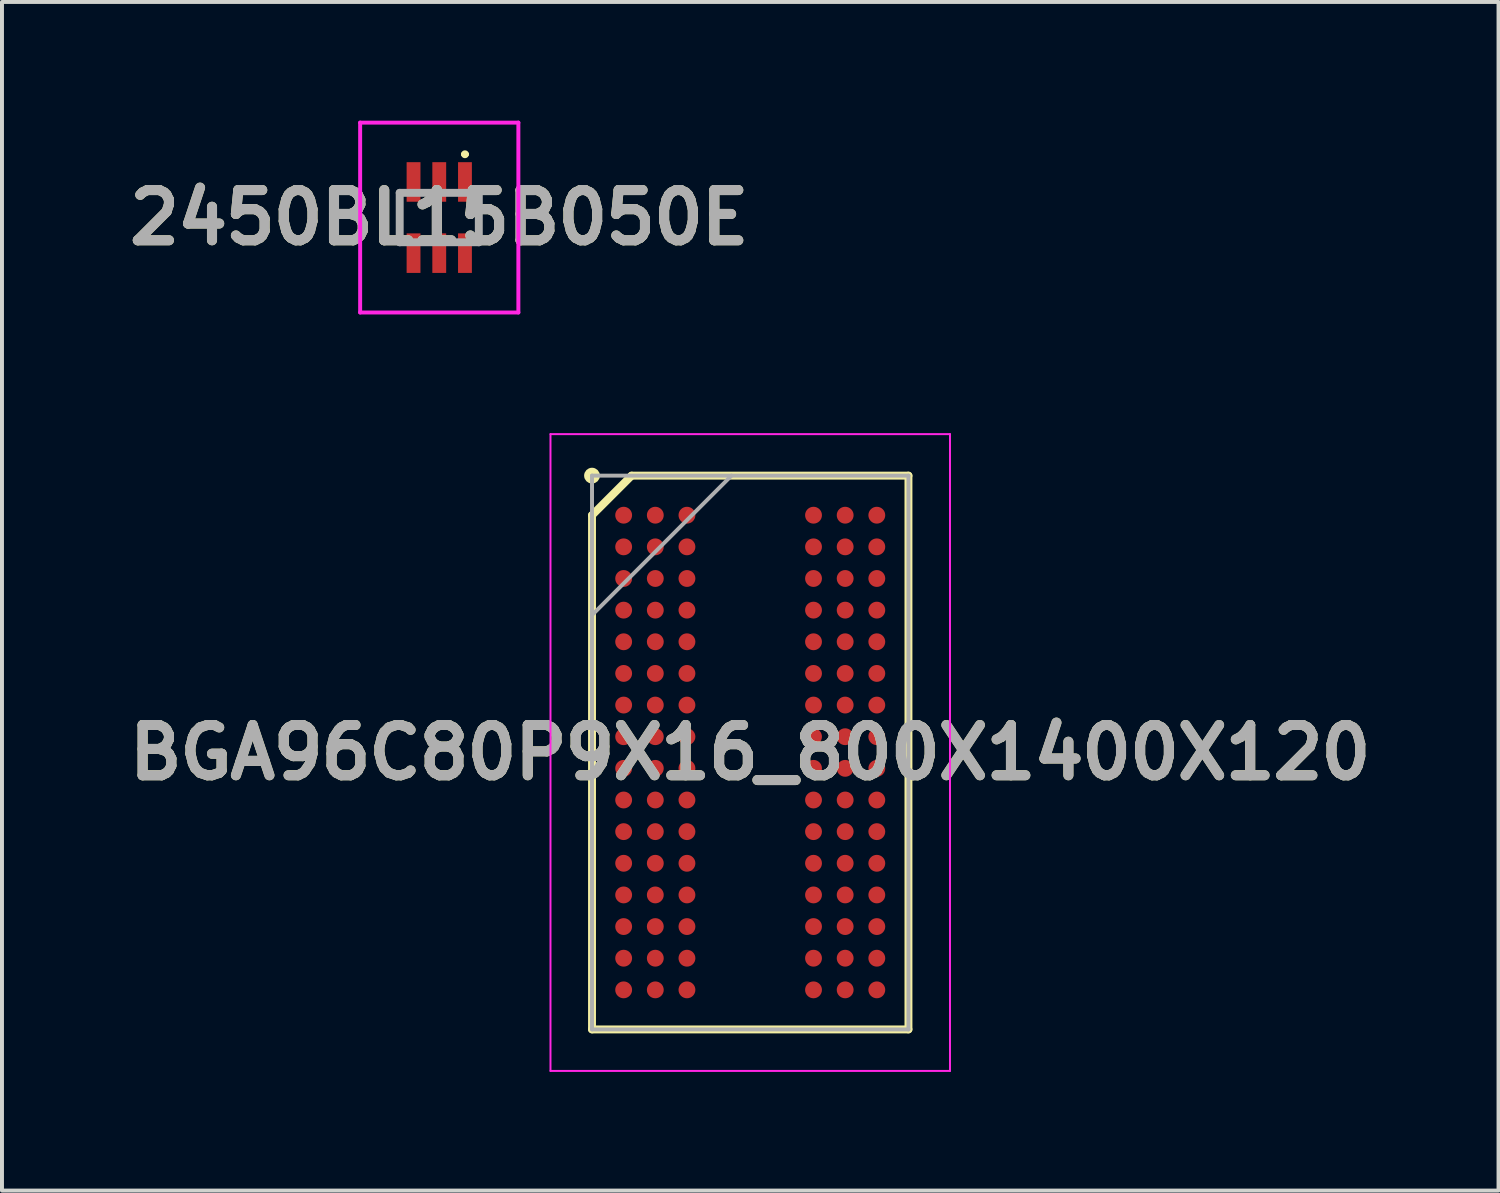
<source format=kicad_pcb>
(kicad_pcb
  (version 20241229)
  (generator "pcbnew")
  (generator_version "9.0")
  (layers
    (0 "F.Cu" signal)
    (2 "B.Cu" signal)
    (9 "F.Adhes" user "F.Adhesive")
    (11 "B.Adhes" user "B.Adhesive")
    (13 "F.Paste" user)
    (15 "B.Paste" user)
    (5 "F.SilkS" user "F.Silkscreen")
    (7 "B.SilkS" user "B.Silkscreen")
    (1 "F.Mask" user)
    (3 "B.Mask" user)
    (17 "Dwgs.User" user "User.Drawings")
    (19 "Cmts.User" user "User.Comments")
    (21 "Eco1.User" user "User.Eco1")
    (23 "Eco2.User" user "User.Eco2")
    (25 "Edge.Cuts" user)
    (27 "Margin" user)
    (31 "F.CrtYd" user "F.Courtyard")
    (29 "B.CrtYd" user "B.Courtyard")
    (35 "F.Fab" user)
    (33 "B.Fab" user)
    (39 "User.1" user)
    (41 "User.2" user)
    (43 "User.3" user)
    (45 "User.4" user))
  (footprint "BGA96C80P9X16_800X1400X120"
    (layer "F.Cu")
    (at 15.917 15.975)
    (property "Reference" "BGA96C80P9X16_800X1400X120" (at 0 0 0) (layer "F.SilkS") (effects (font (size 1.27 1.27) (thickness 0.254))))
    (attr smd)
    (fp_line (start -4 -6) (end -3 -7) (stroke (width 0.2) (type solid)) (layer "F.SilkS"))
    (fp_line (start -4 7) (end -4 -6) (stroke (width 0.2) (type solid)) (layer "F.SilkS"))
    (fp_line (start -3 -7) (end 4 -7) (stroke (width 0.2) (type solid)) (layer "F.SilkS"))
    (fp_line (start 4 -7) (end 4 7) (stroke (width 0.2) (type solid)) (layer "F.SilkS"))
    (fp_line (start 4 7) (end -4 7) (stroke (width 0.2) (type solid)) (layer "F.SilkS"))
    (fp_circle (center -4 -7) (end -4 -6.9) (stroke (width 0.2) (type solid)) (fill no) (layer "F.SilkS"))
    (fp_line (start -5.05 -8.05) (end 5.05 -8.05) (stroke (width 0.05) (type solid)) (layer "F.CrtYd"))
    (fp_line (start -5.05 8.05) (end -5.05 -8.05) (stroke (width 0.05) (type solid)) (layer "F.CrtYd"))
    (fp_line (start 5.05 -8.05) (end 5.05 8.05) (stroke (width 0.05) (type solid)) (layer "F.CrtYd"))
    (fp_line (start 5.05 8.05) (end -5.05 8.05) (stroke (width 0.05) (type solid)) (layer "F.CrtYd"))
    (fp_line (start -4 -7) (end 4 -7) (stroke (width 0.1) (type solid)) (layer "F.Fab"))
    (fp_line (start -4 -3.475) (end -0.475 -7) (stroke (width 0.1) (type solid)) (layer "F.Fab"))
    (fp_line (start -4 7) (end -4 -7) (stroke (width 0.1) (type solid)) (layer "F.Fab"))
    (fp_line (start 4 -7) (end 4 7) (stroke (width 0.1) (type solid)) (layer "F.Fab"))
    (fp_line (start 4 7) (end -4 7) (stroke (width 0.1) (type solid)) (layer "F.Fab"))
    (fp_text user "${REFERENCE}" (at 0 0 0) (layer "F.Fab") (effects (font (size 1.27 1.27) (thickness 0.254))))
    (pad "A1" smd circle (at -3.2 -6 90) (size 0.426 0.426) (layers "F.Cu" "F.Mask" "F.Paste"))
    (pad "A2" smd circle (at -2.4 -6 90) (size 0.426 0.426) (layers "F.Cu" "F.Mask" "F.Paste"))
    (pad "A3" smd circle (at -1.6 -6 90) (size 0.426 0.426) (layers "F.Cu" "F.Mask" "F.Paste"))
    (pad "A7" smd circle (at 1.6 -6 90) (size 0.426 0.426) (layers "F.Cu" "F.Mask" "F.Paste"))
    (pad "A8" smd circle (at 2.4 -6 90) (size 0.426 0.426) (layers "F.Cu" "F.Mask" "F.Paste"))
    (pad "A9" smd circle (at 3.2 -6 90) (size 0.426 0.426) (layers "F.Cu" "F.Mask" "F.Paste"))
    (pad "B1" smd circle (at -3.2 -5.2 90) (size 0.426 0.426) (layers "F.Cu" "F.Mask" "F.Paste"))
    (pad "B2" smd circle (at -2.4 -5.2 90) (size 0.426 0.426) (layers "F.Cu" "F.Mask" "F.Paste"))
    (pad "B3" smd circle (at -1.6 -5.2 90) (size 0.426 0.426) (layers "F.Cu" "F.Mask" "F.Paste"))
    (pad "B7" smd circle (at 1.6 -5.2 90) (size 0.426 0.426) (layers "F.Cu" "F.Mask" "F.Paste"))
    (pad "B8" smd circle (at 2.4 -5.2 90) (size 0.426 0.426) (layers "F.Cu" "F.Mask" "F.Paste"))
    (pad "B9" smd circle (at 3.2 -5.2 90) (size 0.426 0.426) (layers "F.Cu" "F.Mask" "F.Paste"))
    (pad "C1" smd circle (at -3.2 -4.4 90) (size 0.426 0.426) (layers "F.Cu" "F.Mask" "F.Paste"))
    (pad "C2" smd circle (at -2.4 -4.4 90) (size 0.426 0.426) (layers "F.Cu" "F.Mask" "F.Paste"))
    (pad "C3" smd circle (at -1.6 -4.4 90) (size 0.426 0.426) (layers "F.Cu" "F.Mask" "F.Paste"))
    (pad "C7" smd circle (at 1.6 -4.4 90) (size 0.426 0.426) (layers "F.Cu" "F.Mask" "F.Paste"))
    (pad "C8" smd circle (at 2.4 -4.4 90) (size 0.426 0.426) (layers "F.Cu" "F.Mask" "F.Paste"))
    (pad "C9" smd circle (at 3.2 -4.4 90) (size 0.426 0.426) (layers "F.Cu" "F.Mask" "F.Paste"))
    (pad "D1" smd circle (at -3.2 -3.6 90) (size 0.426 0.426) (layers "F.Cu" "F.Mask" "F.Paste"))
    (pad "D2" smd circle (at -2.4 -3.6 90) (size 0.426 0.426) (layers "F.Cu" "F.Mask" "F.Paste"))
    (pad "D3" smd circle (at -1.6 -3.6 90) (size 0.426 0.426) (layers "F.Cu" "F.Mask" "F.Paste"))
    (pad "D7" smd circle (at 1.6 -3.6 90) (size 0.426 0.426) (layers "F.Cu" "F.Mask" "F.Paste"))
    (pad "D8" smd circle (at 2.4 -3.6 90) (size 0.426 0.426) (layers "F.Cu" "F.Mask" "F.Paste"))
    (pad "D9" smd circle (at 3.2 -3.6 90) (size 0.426 0.426) (layers "F.Cu" "F.Mask" "F.Paste"))
    (pad "E1" smd circle (at -3.2 -2.8 90) (size 0.426 0.426) (layers "F.Cu" "F.Mask" "F.Paste"))
    (pad "E2" smd circle (at -2.4 -2.8 90) (size 0.426 0.426) (layers "F.Cu" "F.Mask" "F.Paste"))
    (pad "E3" smd circle (at -1.6 -2.8 90) (size 0.426 0.426) (layers "F.Cu" "F.Mask" "F.Paste"))
    (pad "E7" smd circle (at 1.6 -2.8 90) (size 0.426 0.426) (layers "F.Cu" "F.Mask" "F.Paste"))
    (pad "E8" smd circle (at 2.4 -2.8 90) (size 0.426 0.426) (layers "F.Cu" "F.Mask" "F.Paste"))
    (pad "E9" smd circle (at 3.2 -2.8 90) (size 0.426 0.426) (layers "F.Cu" "F.Mask" "F.Paste"))
    (pad "F1" smd circle (at -3.2 -2 90) (size 0.426 0.426) (layers "F.Cu" "F.Mask" "F.Paste"))
    (pad "F2" smd circle (at -2.4 -2 90) (size 0.426 0.426) (layers "F.Cu" "F.Mask" "F.Paste"))
    (pad "F3" smd circle (at -1.6 -2 90) (size 0.426 0.426) (layers "F.Cu" "F.Mask" "F.Paste"))
    (pad "F7" smd circle (at 1.6 -2 90) (size 0.426 0.426) (layers "F.Cu" "F.Mask" "F.Paste"))
    (pad "F8" smd circle (at 2.4 -2 90) (size 0.426 0.426) (layers "F.Cu" "F.Mask" "F.Paste"))
    (pad "F9" smd circle (at 3.2 -2 90) (size 0.426 0.426) (layers "F.Cu" "F.Mask" "F.Paste"))
    (pad "G1" smd circle (at -3.2 -1.2 90) (size 0.426 0.426) (layers "F.Cu" "F.Mask" "F.Paste"))
    (pad "G2" smd circle (at -2.4 -1.2 90) (size 0.426 0.426) (layers "F.Cu" "F.Mask" "F.Paste"))
    (pad "G3" smd circle (at -1.6 -1.2 90) (size 0.426 0.426) (layers "F.Cu" "F.Mask" "F.Paste"))
    (pad "G7" smd circle (at 1.6 -1.2 90) (size 0.426 0.426) (layers "F.Cu" "F.Mask" "F.Paste"))
    (pad "G8" smd circle (at 2.4 -1.2 90) (size 0.426 0.426) (layers "F.Cu" "F.Mask" "F.Paste"))
    (pad "G9" smd circle (at 3.2 -1.2 90) (size 0.426 0.426) (layers "F.Cu" "F.Mask" "F.Paste"))
    (pad "H1" smd circle (at -3.2 -0.4 90) (size 0.426 0.426) (layers "F.Cu" "F.Mask" "F.Paste"))
    (pad "H2" smd circle (at -2.4 -0.4 90) (size 0.426 0.426) (layers "F.Cu" "F.Mask" "F.Paste"))
    (pad "H3" smd circle (at -1.6 -0.4 90) (size 0.426 0.426) (layers "F.Cu" "F.Mask" "F.Paste"))
    (pad "H7" smd circle (at 1.6 -0.4 90) (size 0.426 0.426) (layers "F.Cu" "F.Mask" "F.Paste"))
    (pad "H8" smd circle (at 2.4 -0.4 90) (size 0.426 0.426) (layers "F.Cu" "F.Mask" "F.Paste"))
    (pad "H9" smd circle (at 3.2 -0.4 90) (size 0.426 0.426) (layers "F.Cu" "F.Mask" "F.Paste"))
    (pad "J1" smd circle (at -3.2 0.4 90) (size 0.426 0.426) (layers "F.Cu" "F.Mask" "F.Paste"))
    (pad "J2" smd circle (at -2.4 0.4 90) (size 0.426 0.426) (layers "F.Cu" "F.Mask" "F.Paste"))
    (pad "J3" smd circle (at -1.6 0.4 90) (size 0.426 0.426) (layers "F.Cu" "F.Mask" "F.Paste"))
    (pad "J7" smd circle (at 1.6 0.4 90) (size 0.426 0.426) (layers "F.Cu" "F.Mask" "F.Paste"))
    (pad "J8" smd circle (at 2.4 0.4 90) (size 0.426 0.426) (layers "F.Cu" "F.Mask" "F.Paste"))
    (pad "J9" smd circle (at 3.2 0.4 90) (size 0.426 0.426) (layers "F.Cu" "F.Mask" "F.Paste"))
    (pad "K1" smd circle (at -3.2 1.2 90) (size 0.426 0.426) (layers "F.Cu" "F.Mask" "F.Paste"))
    (pad "K2" smd circle (at -2.4 1.2 90) (size 0.426 0.426) (layers "F.Cu" "F.Mask" "F.Paste"))
    (pad "K3" smd circle (at -1.6 1.2 90) (size 0.426 0.426) (layers "F.Cu" "F.Mask" "F.Paste"))
    (pad "K7" smd circle (at 1.6 1.2 90) (size 0.426 0.426) (layers "F.Cu" "F.Mask" "F.Paste"))
    (pad "K8" smd circle (at 2.4 1.2 90) (size 0.426 0.426) (layers "F.Cu" "F.Mask" "F.Paste"))
    (pad "K9" smd circle (at 3.2 1.2 90) (size 0.426 0.426) (layers "F.Cu" "F.Mask" "F.Paste"))
    (pad "L1" smd circle (at -3.2 2 90) (size 0.426 0.426) (layers "F.Cu" "F.Mask" "F.Paste"))
    (pad "L2" smd circle (at -2.4 2 90) (size 0.426 0.426) (layers "F.Cu" "F.Mask" "F.Paste"))
    (pad "L3" smd circle (at -1.6 2 90) (size 0.426 0.426) (layers "F.Cu" "F.Mask" "F.Paste"))
    (pad "L7" smd circle (at 1.6 2 90) (size 0.426 0.426) (layers "F.Cu" "F.Mask" "F.Paste"))
    (pad "L8" smd circle (at 2.4 2 90) (size 0.426 0.426) (layers "F.Cu" "F.Mask" "F.Paste"))
    (pad "L9" smd circle (at 3.2 2 90) (size 0.426 0.426) (layers "F.Cu" "F.Mask" "F.Paste"))
    (pad "M1" smd circle (at -3.2 2.8 90) (size 0.426 0.426) (layers "F.Cu" "F.Mask" "F.Paste"))
    (pad "M2" smd circle (at -2.4 2.8 90) (size 0.426 0.426) (layers "F.Cu" "F.Mask" "F.Paste"))
    (pad "M3" smd circle (at -1.6 2.8 90) (size 0.426 0.426) (layers "F.Cu" "F.Mask" "F.Paste"))
    (pad "M7" smd circle (at 1.6 2.8 90) (size 0.426 0.426) (layers "F.Cu" "F.Mask" "F.Paste"))
    (pad "M8" smd circle (at 2.4 2.8 90) (size 0.426 0.426) (layers "F.Cu" "F.Mask" "F.Paste"))
    (pad "M9" smd circle (at 3.2 2.8 90) (size 0.426 0.426) (layers "F.Cu" "F.Mask" "F.Paste"))
    (pad "N1" smd circle (at -3.2 3.6 90) (size 0.426 0.426) (layers "F.Cu" "F.Mask" "F.Paste"))
    (pad "N2" smd circle (at -2.4 3.6 90) (size 0.426 0.426) (layers "F.Cu" "F.Mask" "F.Paste"))
    (pad "N3" smd circle (at -1.6 3.6 90) (size 0.426 0.426) (layers "F.Cu" "F.Mask" "F.Paste"))
    (pad "N7" smd circle (at 1.6 3.6 90) (size 0.426 0.426) (layers "F.Cu" "F.Mask" "F.Paste"))
    (pad "N8" smd circle (at 2.4 3.6 90) (size 0.426 0.426) (layers "F.Cu" "F.Mask" "F.Paste"))
    (pad "N9" smd circle (at 3.2 3.6 90) (size 0.426 0.426) (layers "F.Cu" "F.Mask" "F.Paste"))
    (pad "P1" smd circle (at -3.2 4.4 90) (size 0.426 0.426) (layers "F.Cu" "F.Mask" "F.Paste"))
    (pad "P2" smd circle (at -2.4 4.4 90) (size 0.426 0.426) (layers "F.Cu" "F.Mask" "F.Paste"))
    (pad "P3" smd circle (at -1.6 4.4 90) (size 0.426 0.426) (layers "F.Cu" "F.Mask" "F.Paste"))
    (pad "P7" smd circle (at 1.6 4.4 90) (size 0.426 0.426) (layers "F.Cu" "F.Mask" "F.Paste"))
    (pad "P8" smd circle (at 2.4 4.4 90) (size 0.426 0.426) (layers "F.Cu" "F.Mask" "F.Paste"))
    (pad "P9" smd circle (at 3.2 4.4 90) (size 0.426 0.426) (layers "F.Cu" "F.Mask" "F.Paste"))
    (pad "R1" smd circle (at -3.2 5.2 90) (size 0.426 0.426) (layers "F.Cu" "F.Mask" "F.Paste"))
    (pad "R2" smd circle (at -2.4 5.2 90) (size 0.426 0.426) (layers "F.Cu" "F.Mask" "F.Paste"))
    (pad "R3" smd circle (at -1.6 5.2 90) (size 0.426 0.426) (layers "F.Cu" "F.Mask" "F.Paste"))
    (pad "R7" smd circle (at 1.6 5.2 90) (size 0.426 0.426) (layers "F.Cu" "F.Mask" "F.Paste"))
    (pad "R8" smd circle (at 2.4 5.2 90) (size 0.426 0.426) (layers "F.Cu" "F.Mask" "F.Paste"))
    (pad "R9" smd circle (at 3.2 5.2 90) (size 0.426 0.426) (layers "F.Cu" "F.Mask" "F.Paste"))
    (pad "T1" smd circle (at -3.2 6 90) (size 0.426 0.426) (layers "F.Cu" "F.Mask" "F.Paste"))
    (pad "T2" smd circle (at -2.4 6 90) (size 0.426 0.426) (layers "F.Cu" "F.Mask" "F.Paste"))
    (pad "T3" smd circle (at -1.6 6 90) (size 0.426 0.426) (layers "F.Cu" "F.Mask" "F.Paste"))
    (pad "T7" smd circle (at 1.6 6 90) (size 0.426 0.426) (layers "F.Cu" "F.Mask" "F.Paste"))
    (pad "T8" smd circle (at 2.4 6 90) (size 0.426 0.426) (layers "F.Cu" "F.Mask" "F.Paste"))
    (pad "T9" smd circle (at 3.2 6 90) (size 0.426 0.426) (layers "F.Cu" "F.Mask" "F.Paste")))
  (footprint "2450BL15B050E"
    (layer "F.Cu")
    (at 8.055 2.45)
    (property "Reference" "2450BL15B050E" (at 0 0 0) (layer "F.SilkS") (effects (font (size 1.27 1.27) (thickness 0.254))))
    (attr smd)
    (fp_line (start -1 -0.625) (end -1 0.625) (stroke (width 0.1) (type solid)) (layer "F.SilkS"))
    (fp_line (start 0.6 -1.6) (end 0.6 -1.6) (stroke (width 0.1) (type solid)) (layer "F.SilkS"))
    (fp_line (start 0.7 -1.6) (end 0.7 -1.6) (stroke (width 0.1) (type solid)) (layer "F.SilkS"))
    (fp_line (start 1 -0.625) (end 1 0.625) (stroke (width 0.1) (type solid)) (layer "F.SilkS"))
    (fp_arc (start 0.6 -1.6) (mid 0.65 -1.65) (end 0.7 -1.6) (stroke (width 0.1) (type solid)) (layer "F.SilkS"))
    (fp_arc (start 0.7 -1.6) (mid 0.65 -1.55) (end 0.6 -1.6) (stroke (width 0.1) (type solid)) (layer "F.SilkS"))
    (fp_line (start -2 -2.4) (end 2 -2.4) (stroke (width 0.1) (type solid)) (layer "F.CrtYd"))
    (fp_line (start -2 2.4) (end -2 -2.4) (stroke (width 0.1) (type solid)) (layer "F.CrtYd"))
    (fp_line (start 2 -2.4) (end 2 2.4) (stroke (width 0.1) (type solid)) (layer "F.CrtYd"))
    (fp_line (start 2 2.4) (end -2 2.4) (stroke (width 0.1) (type solid)) (layer "F.CrtYd"))
    (fp_line (start -1 -0.625) (end 1 -0.625) (stroke (width 0.2) (type solid)) (layer "F.Fab"))
    (fp_line (start -1 0.625) (end -1 -0.625) (stroke (width 0.2) (type solid)) (layer "F.Fab"))
    (fp_line (start 1 -0.625) (end 1 0.625) (stroke (width 0.2) (type solid)) (layer "F.Fab"))
    (fp_line (start 1 0.625) (end -1 0.625) (stroke (width 0.2) (type solid)) (layer "F.Fab"))
    (fp_text user "${REFERENCE}" (at 0 0 0) (layer "F.Fab") (effects (font (size 1.27 1.27) (thickness 0.254))))
    (pad "1" smd rect (at 0.65 -0.9) (size 0.35 1) (layers "F.Cu" "F.Mask" "F.Paste"))
    (pad "2" smd rect (at 0 -0.9) (size 0.35 1) (layers "F.Cu" "F.Mask" "F.Paste"))
    (pad "3" smd rect (at -0.65 -0.9) (size 0.35 1) (layers "F.Cu" "F.Mask" "F.Paste"))
    (pad "4" smd rect (at -0.65 0.9) (size 0.35 1) (layers "F.Cu" "F.Mask" "F.Paste"))
    (pad "5" smd rect (at 0 0.9) (size 0.35 1) (layers "F.Cu" "F.Mask" "F.Paste"))
    (pad "6" smd rect (at 0.65 0.9) (size 0.35 1) (layers "F.Cu" "F.Mask" "F.Paste")))
  (gr_rect
    (start -3 -3)
    (end 34.835 27.05)
    (stroke (width 0.1) (type default))
    (fill no)
    (layer "Edge.Cuts")))
</source>
